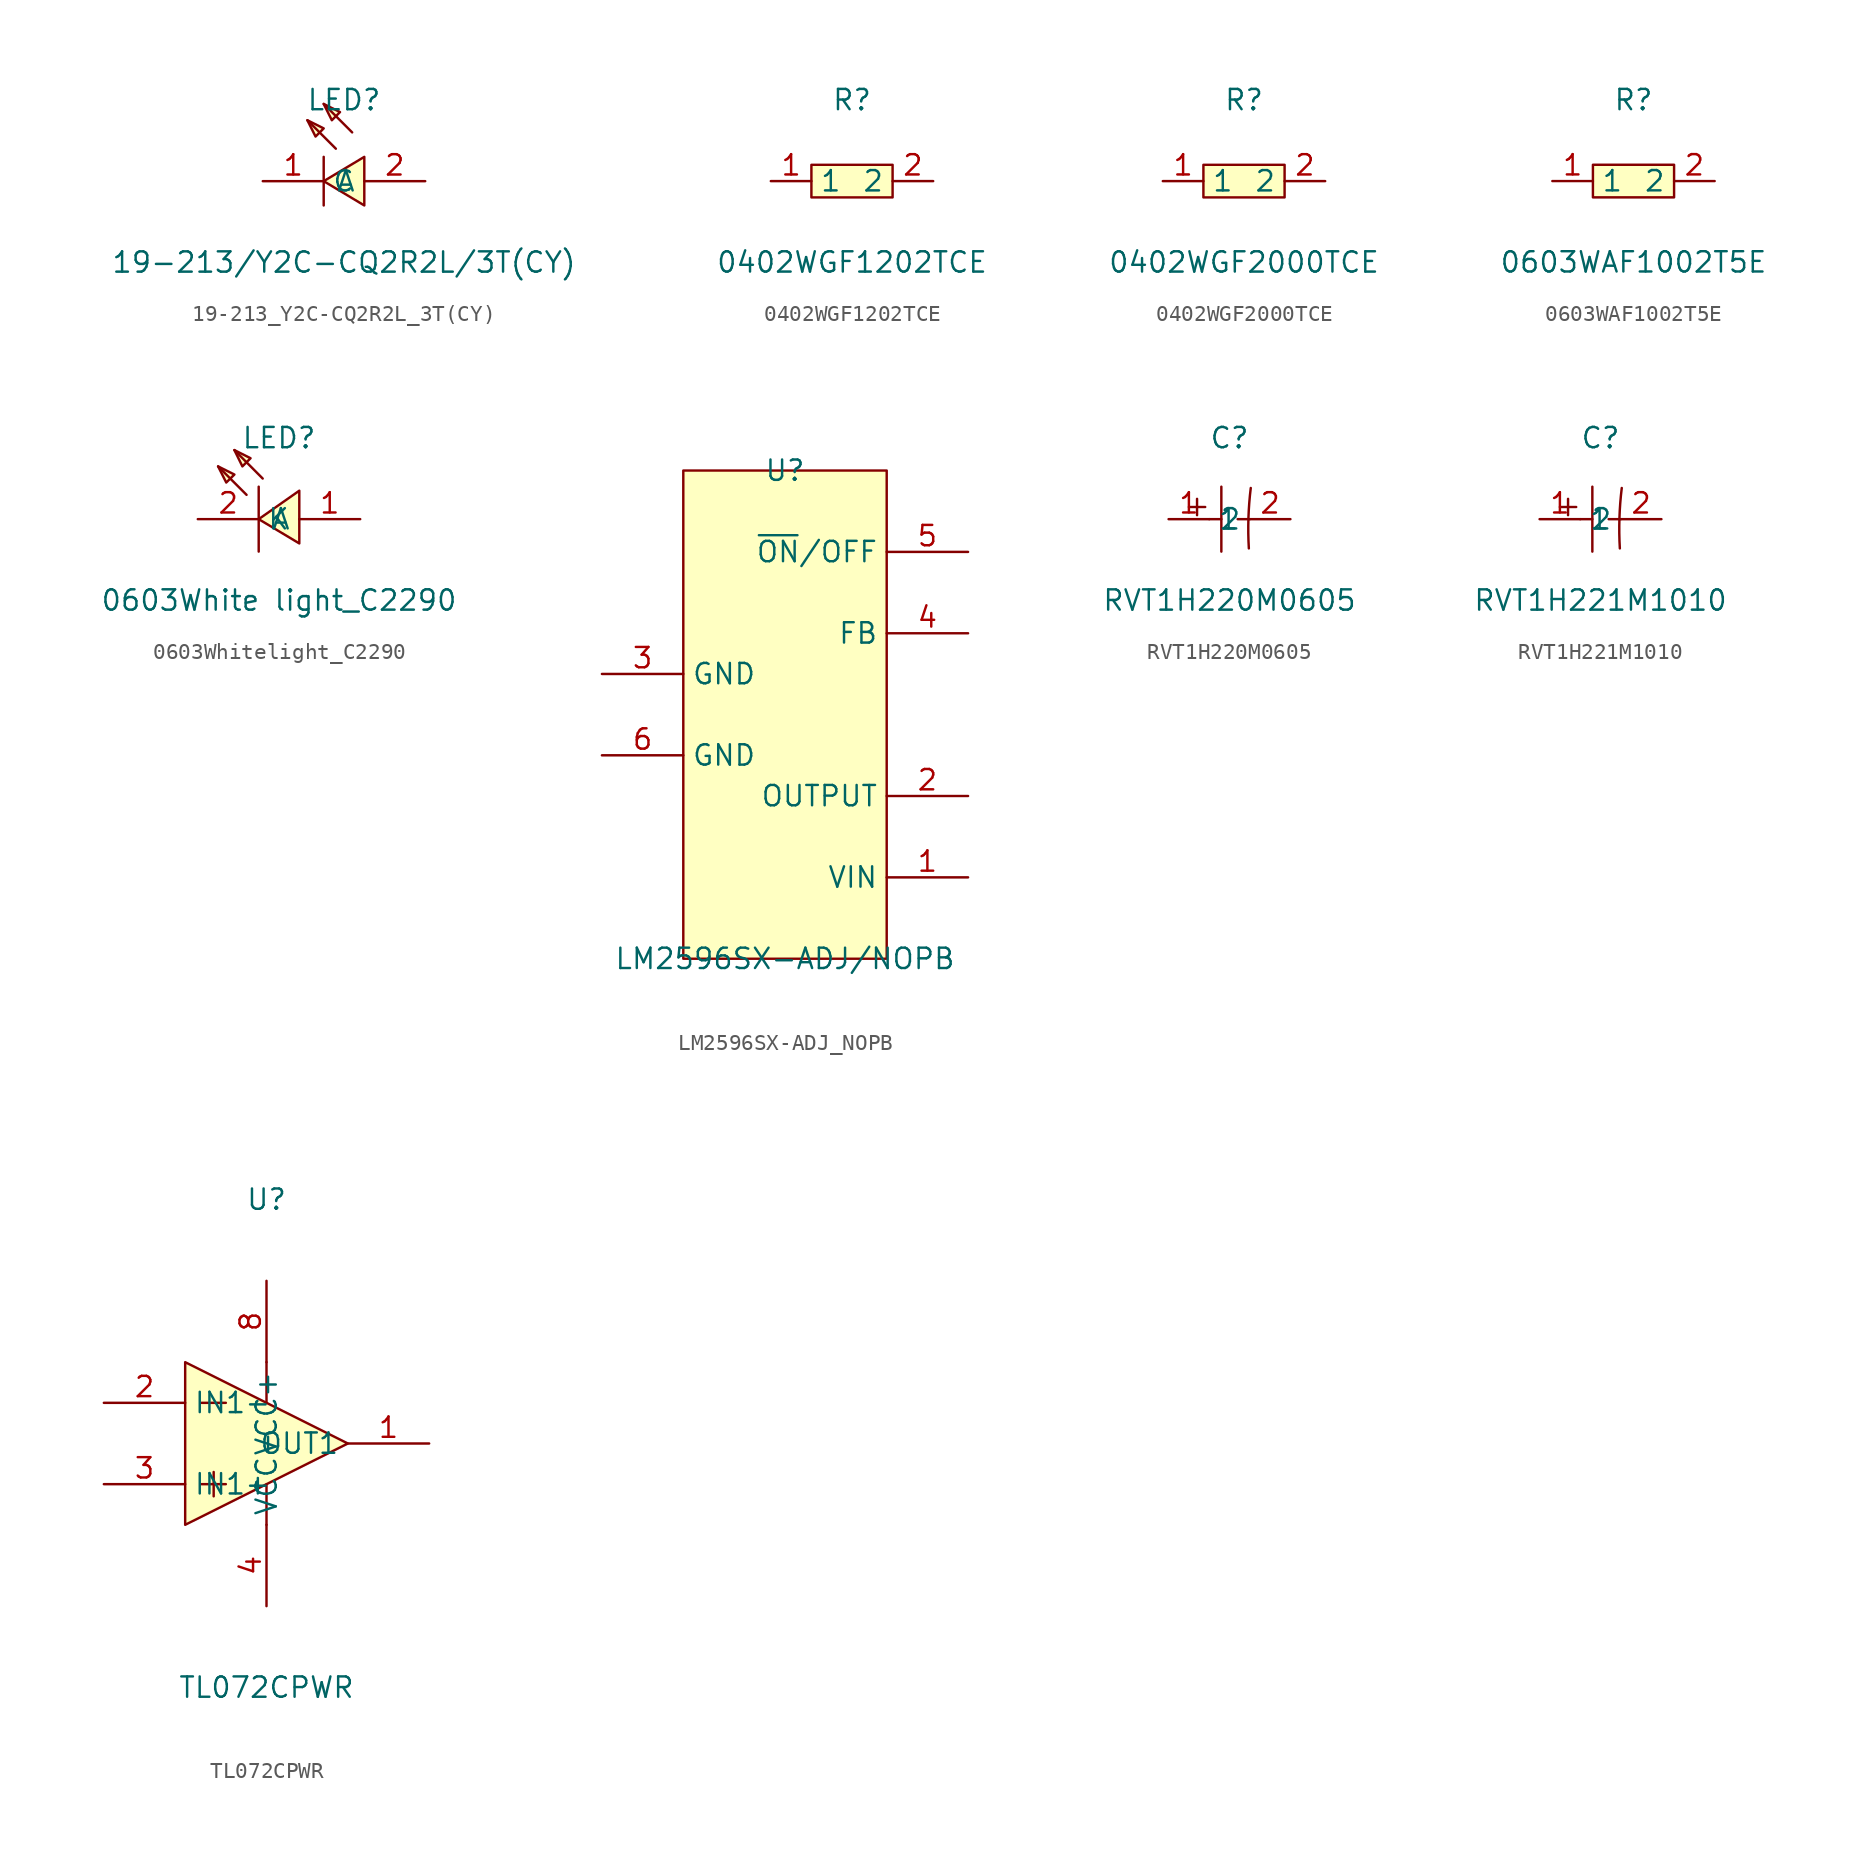
<source format=kicad_sym>
(kicad_symbol_lib
  (version 20211014)
  (generator https://github.com/uPesy/easyeda2kicad.py)
  (symbol "19-213_Y2C-CQ2R2L_3T(CY)"
    (property "Reference" "LED"
      (at 0 5.08 0)
      (effects (font (size 1.27 1.27))))
    (property "Value" "19-213/Y2C-CQ2R2L/3T(CY)"
      (at 0 -5.08 0)
      (effects (font (size 1.27 1.27))))
    (symbol "19-213_Y2C-CQ2R2L_3T(CY)_0_1"
      (polyline (pts (xy -0.51 2.03) (xy -2.29 3.81)) (stroke (width 0) (type default) (color 0 0 0 0)) (fill (type none)))
      (polyline (pts (xy 0.51 3.05) (xy -1.27 4.83)) (stroke (width 0) (type default) (color 0 0 0 0)) (fill (type none)))
      (polyline (pts (xy -1.27 1.52) (xy -1.27 -1.52)) (stroke (width 0) (type default) (color 0 0 0 0)) (fill (type none)))
      (polyline (pts (xy 1.27 -1.52) (xy -1.27 -0.00) (xy 1.27 1.52) (xy 1.27 -1.52)) (stroke (width 0) (type default) (color 0 0 0 0)) (fill (type background)))
      (polyline (pts (xy -2.29 3.81) (xy -1.27 3.30) (xy -1.78 2.79) (xy -2.29 3.81)) (stroke (width 0) (type default) (color 0 0 0 0)) (fill (type background)))
      (polyline (pts (xy -1.27 4.83) (xy -0.25 4.32) (xy -0.76 3.81) (xy -1.27 4.83)) (stroke (width 0) (type default) (color 0 0 0 0)) (fill (type background)))
      (pin input line (at 5.08 -0.00 180) (length 3.81) (name "A" (effects (font (size 1.27 1.27)))) (number "2" (effects (font (size 1.27 1.27)))))
      (pin input line (at -5.08 -0.00 0) (length 3.81) (name "C" (effects (font (size 1.27 1.27)))) (number "1" (effects (font (size 1.27 1.27)))))))
  (symbol "0402WGF1202TCE"
    (property "Reference" "R"
      (at 0 5.08 0)
      (effects (font (size 1.27 1.27))))
    (property "Value" "0402WGF1202TCE"
      (at 0 -5.08 0)
      (effects (font (size 1.27 1.27))))
    (symbol "0402WGF1202TCE_0_1"
      (rectangle (start -2.54 1.02) (end 2.54 -1.02) (stroke (width 0) (type default) (color 0 0 0 0)) (fill (type background)))
      (pin input line (at 5.08 -0.00 180) (length 2.54) (name "2" (effects (font (size 1.27 1.27)))) (number "2" (effects (font (size 1.27 1.27)))))
      (pin input line (at -5.08 -0.00 0) (length 2.54) (name "1" (effects (font (size 1.27 1.27)))) (number "1" (effects (font (size 1.27 1.27)))))))
  (symbol "0402WGF2000TCE"
    (property "Reference" "R"
      (at 0 5.08 0)
      (effects (font (size 1.27 1.27))))
    (property "Value" "0402WGF2000TCE"
      (at 0 -5.08 0)
      (effects (font (size 1.27 1.27))))
    (symbol "0402WGF2000TCE_0_1"
      (rectangle (start -2.54 1.02) (end 2.54 -1.02) (stroke (width 0) (type default) (color 0 0 0 0)) (fill (type background)))
      (pin input line (at 5.08 -0.00 180) (length 2.54) (name "2" (effects (font (size 1.27 1.27)))) (number "2" (effects (font (size 1.27 1.27)))))
      (pin input line (at -5.08 -0.00 0) (length 2.54) (name "1" (effects (font (size 1.27 1.27)))) (number "1" (effects (font (size 1.27 1.27)))))))
  (symbol "0603WAF1002T5E"
    (property "Reference" "R"
      (at 0 5.08 0)
      (effects (font (size 1.27 1.27))))
    (property "Value" "0603WAF1002T5E"
      (at 0 -5.08 0)
      (effects (font (size 1.27 1.27))))
    (symbol "0603WAF1002T5E_0_1"
      (rectangle (start -2.54 1.02) (end 2.54 -1.02) (stroke (width 0) (type default) (color 0 0 0 0)) (fill (type background)))
      (pin input line (at 5.08 -0.00 180) (length 2.54) (name "2" (effects (font (size 1.27 1.27)))) (number "2" (effects (font (size 1.27 1.27)))))
      (pin input line (at -5.08 -0.00 0) (length 2.54) (name "1" (effects (font (size 1.27 1.27)))) (number "1" (effects (font (size 1.27 1.27)))))))
  (symbol "0603Whitelight_C2290"
    (property "Reference" "LED"
      (at 0 3.81 0)
      (effects (font (size 1.27 1.27))))
    (property "Value" "0603White light_C2290"
      (at 0 -6.35 0)
      (effects (font (size 1.27 1.27))))
    (symbol "0603Whitelight_C2290_0_1"
      (polyline (pts (xy -3.81 2.03) (xy -2.79 1.52) (xy -3.30 1.02) (xy -3.81 2.03)) (stroke (width 0) (type default) (color 0 0 0 0)) (fill (type background)))
      (polyline (pts (xy -2.79 3.05) (xy -1.78 2.54) (xy -2.29 2.03) (xy -2.79 3.05)) (stroke (width 0) (type default) (color 0 0 0 0)) (fill (type background)))
      (polyline (pts (xy 1.27 -2.79) (xy -1.27 -1.27) (xy 1.27 0.51) (xy 1.27 -2.79)) (stroke (width 0) (type default) (color 0 0 0 0)) (fill (type background)))
      (polyline (pts (xy -2.03 0.25) (xy -3.81 2.03)) (stroke (width 0) (type default) (color 0 0 0 0)) (fill (type none)))
      (polyline (pts (xy -1.02 1.27) (xy -2.79 3.05)) (stroke (width 0) (type default) (color 0 0 0 0)) (fill (type none)))
      (polyline (pts (xy -1.27 0.76) (xy -1.27 -3.30)) (stroke (width 0) (type default) (color 0 0 0 0)) (fill (type none)))
      (pin unspecified line (at -5.08 -1.27 0) (length 3.81) (name "K" (effects (font (size 1.27 1.27)))) (number "2" (effects (font (size 1.27 1.27)))))
      (pin unspecified line (at 5.08 -1.27 180) (length 3.81) (name "A" (effects (font (size 1.27 1.27)))) (number "1" (effects (font (size 1.27 1.27)))))))
  (symbol "LM2596SX-ADJ_NOPB"
    (property "Reference" "U"
      (at 0 15.24 0)
      (effects (font (size 1.27 1.27))))
    (property "Value" "LM2596SX-ADJ/NOPB"
      (at 0 -15.24 0)
      (effects (font (size 1.27 1.27))))
    (symbol "LM2596SX-ADJ_NOPB_0_1"
      (rectangle (start -6.35 15.24) (end 6.35 -15.24) (stroke (width 0) (type default) (color 0 0 0 0)) (fill (type background)))
      (pin unspecified line (at 11.43 -10.16 180) (length 5.08) (name "VIN" (effects (font (size 1.27 1.27)))) (number "1" (effects (font (size 1.27 1.27)))))
      (pin unspecified line (at 11.43 -5.08 180) (length 5.08) (name "OUTPUT" (effects (font (size 1.27 1.27)))) (number "2" (effects (font (size 1.27 1.27)))))
      (pin unspecified line (at -11.43 2.54 0) (length 5.08) (name "GND" (effects (font (size 1.27 1.27)))) (number "3" (effects (font (size 1.27 1.27)))))
      (pin unspecified line (at 11.43 5.08 180) (length 5.08) (name "FB" (effects (font (size 1.27 1.27)))) (number "4" (effects (font (size 1.27 1.27)))))
      (pin unspecified line (at 11.43 10.16 180) (length 5.08) (name "~{ON}/OFF" (effects (font (size 1.27 1.27)))) (number "5" (effects (font (size 1.27 1.27)))))
      (pin unspecified line (at -11.43 -2.54 0) (length 5.08) (name "GND" (effects (font (size 1.27 1.27)))) (number "6" (effects (font (size 1.27 1.27)))))))
  (symbol "RVT1H220M0605"
    (property "Reference" "C"
      (at 0 5.08 0)
      (effects (font (size 1.27 1.27))))
    (property "Value" "RVT1H220M0605"
      (at 0 -5.08 0)
      (effects (font (size 1.27 1.27))))
    (symbol "RVT1H220M0605_0_1"
      (arc (start 1.33 1.95) (mid 1.22 -1.99) (end 1.21 -1.83) (stroke (width 0) (type default) (color 0 0 0 0)) (fill (type none)))
      (polyline (pts (xy -0.51 2.03) (xy -0.51 -2.03)) (stroke (width 0) (type default) (color 0 0 0 0)) (fill (type none)))
      (polyline (pts (xy -1.27 -0.00) (xy -0.51 -0.00)) (stroke (width 0) (type default) (color 0 0 0 0)) (fill (type none)))
      (polyline (pts (xy 0.51 -0.00) (xy 1.27 -0.00)) (stroke (width 0) (type default) (color 0 0 0 0)) (fill (type none)))
      (polyline (pts (xy -2.54 0.76) (xy -1.52 0.76)) (stroke (width 0) (type default) (color 0 0 0 0)) (fill (type none)))
      (polyline (pts (xy -2.03 1.27) (xy -2.03 0.25)) (stroke (width 0) (type default) (color 0 0 0 0)) (fill (type none)))
      (pin input line (at -3.81 -0.00 0) (length 2.54) (name "1" (effects (font (size 1.27 1.27)))) (number "1" (effects (font (size 1.27 1.27)))))
      (pin input line (at 3.81 -0.00 180) (length 2.54) (name "2" (effects (font (size 1.27 1.27)))) (number "2" (effects (font (size 1.27 1.27)))))))
  (symbol "RVT1H221M1010"
    (property "Reference" "C"
      (at 0 5.08 0)
      (effects (font (size 1.27 1.27))))
    (property "Value" "RVT1H221M1010"
      (at 0 -5.08 0)
      (effects (font (size 1.27 1.27))))
    (symbol "RVT1H221M1010_0_1"
      (arc (start 1.33 1.95) (mid 1.22 -1.99) (end 1.21 -1.83) (stroke (width 0) (type default) (color 0 0 0 0)) (fill (type none)))
      (polyline (pts (xy -0.51 2.03) (xy -0.51 -2.03)) (stroke (width 0) (type default) (color 0 0 0 0)) (fill (type none)))
      (polyline (pts (xy -1.27 -0.00) (xy -0.51 -0.00)) (stroke (width 0) (type default) (color 0 0 0 0)) (fill (type none)))
      (polyline (pts (xy 0.51 -0.00) (xy 1.27 -0.00)) (stroke (width 0) (type default) (color 0 0 0 0)) (fill (type none)))
      (polyline (pts (xy -2.54 0.76) (xy -1.52 0.76)) (stroke (width 0) (type default) (color 0 0 0 0)) (fill (type none)))
      (polyline (pts (xy -2.03 1.27) (xy -2.03 0.25)) (stroke (width 0) (type default) (color 0 0 0 0)) (fill (type none)))
      (pin input line (at -3.81 -0.00 0) (length 2.54) (name "1" (effects (font (size 1.27 1.27)))) (number "1" (effects (font (size 1.27 1.27)))))
      (pin input line (at 3.81 -0.00 180) (length 2.54) (name "2" (effects (font (size 1.27 1.27)))) (number "2" (effects (font (size 1.27 1.27)))))))
  (symbol "TL072CPWR"
    (property "Reference" "U"
      (at 0 15.24 0)
      (effects (font (size 1.27 1.27))))
    (property "Value" "TL072CPWR"
      (at 0 -15.24 0)
      (effects (font (size 1.27 1.27))))
    (symbol "TL072CPWR_0_1"
      (polyline (pts (xy -5.08 -5.08) (xy 5.08 -0.00) (xy -5.08 5.08) (xy -5.08 -5.08)) (stroke (width 0) (type default) (color 0 0 0 0)) (fill (type background)))
      (polyline (pts (xy -4.06 2.54) (xy -2.54 2.54)) (stroke (width 0) (type default) (color 0 0 0 0)) (fill (type none)))
      (polyline (pts (xy -4.06 -2.54) (xy -2.54 -2.54)) (stroke (width 0) (type default) (color 0 0 0 0)) (fill (type none)))
      (polyline (pts (xy -3.30 -1.78) (xy -3.30 -3.30)) (stroke (width 0) (type default) (color 0 0 0 0)) (fill (type none)))
      (polyline (pts (xy 0.00 -2.54) (xy 0.00 -5.08)) (stroke (width 0) (type default) (color 0 0 0 0)) (fill (type none)))
      (polyline (pts (xy 0.00 5.08) (xy 0.00 2.54)) (stroke (width 0) (type default) (color 0 0 0 0)) (fill (type none)))
      (pin output line (at 10.16 -0.00 180) (length 5.08) (name "OUT1" (effects (font (size 1.27 1.27)))) (number "1" (effects (font (size 1.27 1.27)))))
      (pin unspecified line (at -10.16 2.54 0) (length 5.08) (name "IN1-" (effects (font (size 1.27 1.27)))) (number "2" (effects (font (size 1.27 1.27)))))
      (pin unspecified line (at -10.16 -2.54 0) (length 5.08) (name "IN1+" (effects (font (size 1.27 1.27)))) (number "3" (effects (font (size 1.27 1.27)))))
      (pin power_in line (at 0.00 -10.16 90) (length 5.08) (name "VCC-" (effects (font (size 1.27 1.27)))) (number "4" (effects (font (size 1.27 1.27)))))
      (pin power_in line (at 0.00 10.16 270) (length 5.08) (name "VCC+" (effects (font (size 1.27 1.27)))) (number "8" (effects (font (size 1.27 1.27))))))))
</source>
